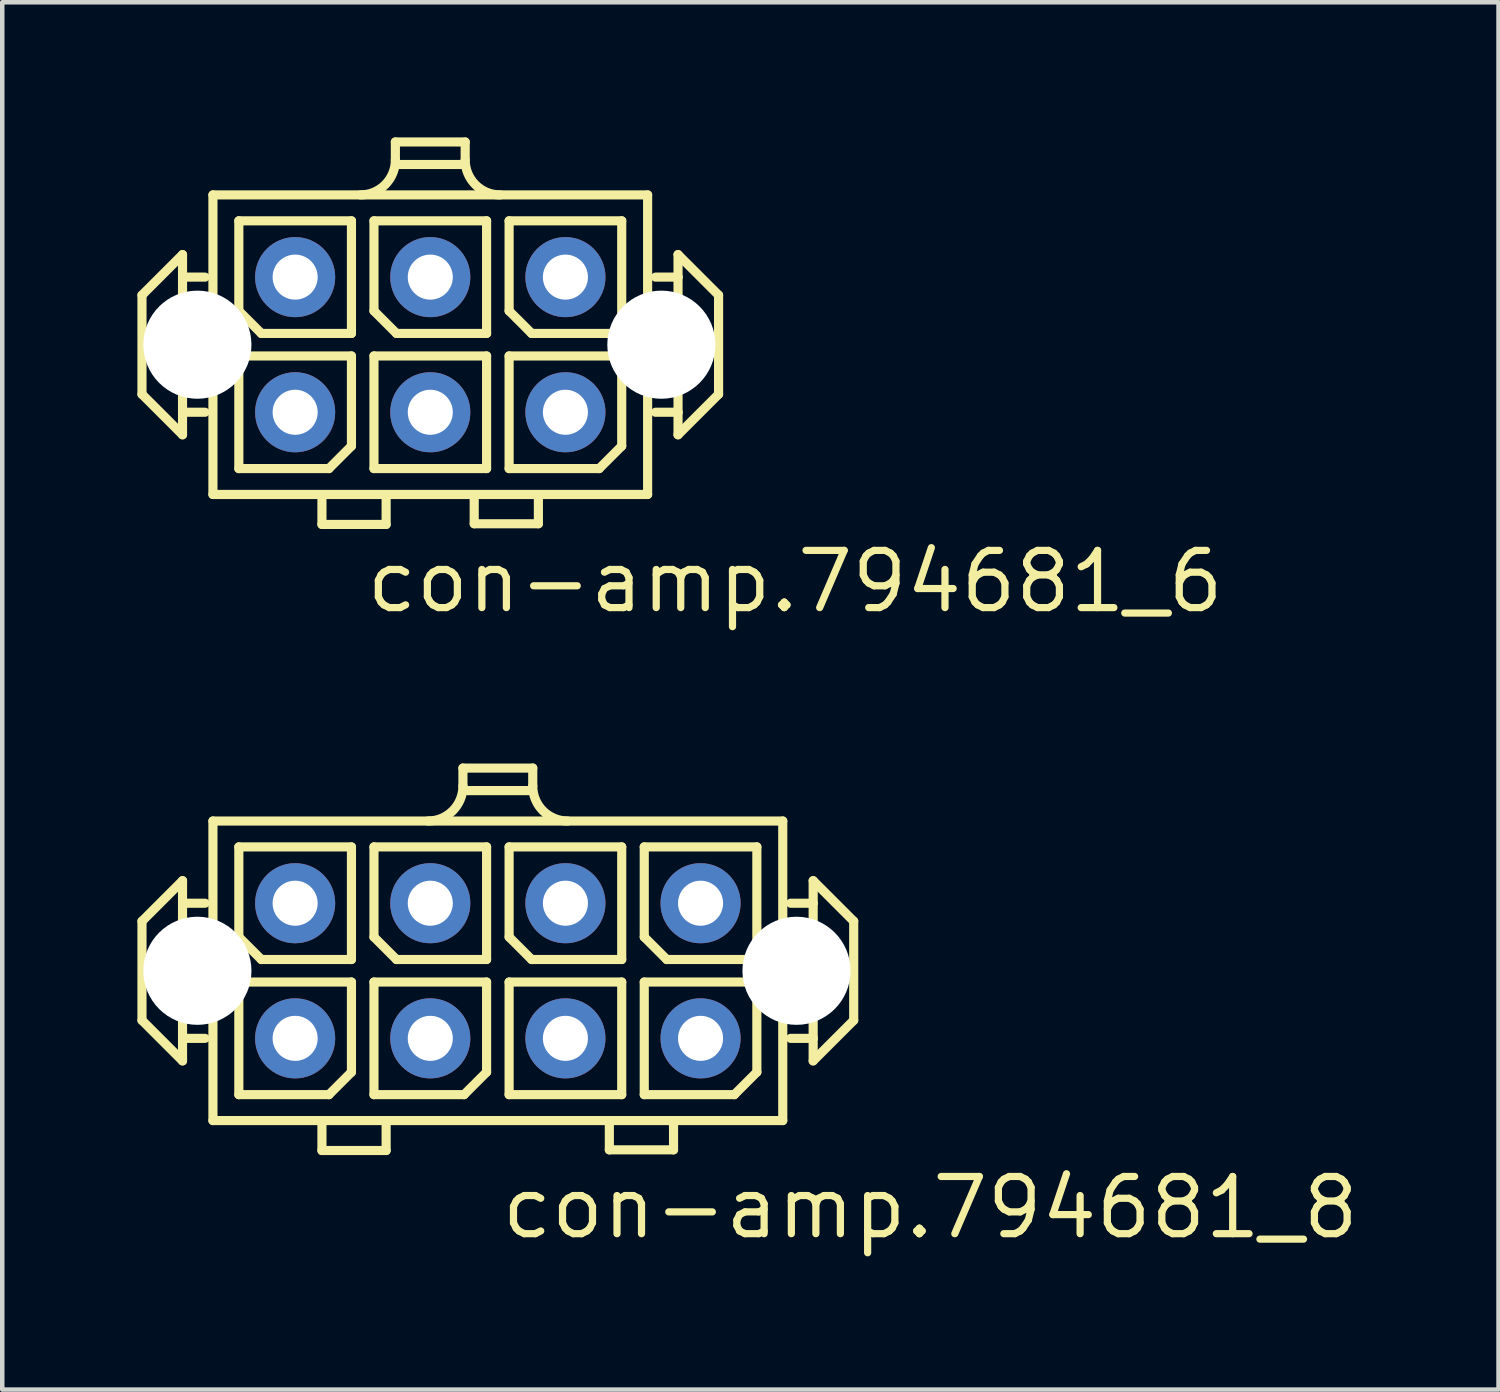
<source format=kicad_pcb>
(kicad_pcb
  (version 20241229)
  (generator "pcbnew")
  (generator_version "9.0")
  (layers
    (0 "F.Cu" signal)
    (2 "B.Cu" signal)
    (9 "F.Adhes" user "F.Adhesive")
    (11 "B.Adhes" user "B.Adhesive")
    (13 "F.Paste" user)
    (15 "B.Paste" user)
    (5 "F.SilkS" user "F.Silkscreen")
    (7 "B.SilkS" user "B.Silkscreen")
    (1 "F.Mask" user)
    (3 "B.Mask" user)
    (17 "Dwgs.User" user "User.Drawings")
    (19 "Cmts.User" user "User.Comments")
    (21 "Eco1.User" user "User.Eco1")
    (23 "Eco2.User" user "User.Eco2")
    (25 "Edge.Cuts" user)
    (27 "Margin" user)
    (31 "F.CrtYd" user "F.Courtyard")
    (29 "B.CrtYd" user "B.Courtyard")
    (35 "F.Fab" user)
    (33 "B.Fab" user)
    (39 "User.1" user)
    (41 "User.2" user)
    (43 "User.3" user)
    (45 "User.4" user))
  (footprint "con-amp.794681_8"
    (layer "F.Cu")
    (at 8.002 18.501)
    (property "Reference" "con-amp.794681_8" (at 0 6 0) (layer "F.SilkS") (effects (font (size 1.27 1.27) (thickness 0.16)) (justify left bottom)))
    (attr through_hole)
    (fp_line (start -7.9 -1.1) (end -7 -2) (stroke (width 0.203) (type default)) (layer "F.SilkS"))
    (fp_line (start -7.9 1.1) (end -7.9 -1.1) (stroke (width 0.203) (type default)) (layer "F.SilkS"))
    (fp_line (start -7 -2) (end -7 -1.5) (stroke (width 0.203) (type default)) (layer "F.SilkS"))
    (fp_line (start -7 -1.5) (end -7 1.5) (stroke (width 0.203) (type default)) (layer "F.SilkS"))
    (fp_line (start -7 -1.5) (end -6.5 -1.5) (stroke (width 0.203) (type default)) (layer "F.SilkS"))
    (fp_line (start -7 1.5) (end -7 2) (stroke (width 0.203) (type default)) (layer "F.SilkS"))
    (fp_line (start -7 1.5) (end -6.5 1.5) (stroke (width 0.203) (type default)) (layer "F.SilkS"))
    (fp_line (start -7 2) (end -7.9 1.1) (stroke (width 0.203) (type default)) (layer "F.SilkS"))
    (fp_line (start -6.325 -3.325) (end 6.325 -3.325) (stroke (width 0.203) (type default)) (layer "F.SilkS"))
    (fp_line (start -6.325 3.325) (end -6.325 -3.325) (stroke (width 0.203) (type default)) (layer "F.SilkS"))
    (fp_line (start -5.75 -2.75) (end -5.75 -0.75) (stroke (width 0.203) (type default)) (layer "F.SilkS"))
    (fp_line (start -5.75 0.25) (end -5.75 2.75) (stroke (width 0.203) (type default)) (layer "F.SilkS"))
    (fp_line (start -5.75 0.25) (end -3.25 0.25) (stroke (width 0.203) (type default)) (layer "F.SilkS"))
    (fp_line (start -5.75 2.75) (end -3.75 2.75) (stroke (width 0.203) (type default)) (layer "F.SilkS"))
    (fp_line (start -5.25 -0.25) (end -5.75 -0.75) (stroke (width 0.203) (type default)) (layer "F.SilkS"))
    (fp_line (start -5.25 -0.25) (end -3.25 -0.25) (stroke (width 0.203) (type default)) (layer "F.SilkS"))
    (fp_line (start -3.905 3.99) (end -3.905 3.44) (stroke (width 0.203) (type default)) (layer "F.SilkS"))
    (fp_line (start -3.75 2.75) (end -3.25 2.25) (stroke (width 0.203) (type default)) (layer "F.SilkS"))
    (fp_line (start -3.25 -2.75) (end -5.75 -2.75) (stroke (width 0.203) (type default)) (layer "F.SilkS"))
    (fp_line (start -3.25 -2.75) (end -3.25 -0.25) (stroke (width 0.203) (type default)) (layer "F.SilkS"))
    (fp_line (start -3.25 0.25) (end -3.25 2.25) (stroke (width 0.203) (type default)) (layer "F.SilkS"))
    (fp_line (start -2.75 -2.75) (end -2.75 -0.75) (stroke (width 0.203) (type default)) (layer "F.SilkS"))
    (fp_line (start -2.75 0.25) (end -2.75 2.75) (stroke (width 0.203) (type default)) (layer "F.SilkS"))
    (fp_line (start -2.75 0.25) (end -0.25 0.25) (stroke (width 0.203) (type default)) (layer "F.SilkS"))
    (fp_line (start -2.75 2.75) (end -0.75 2.75) (stroke (width 0.203) (type default)) (layer "F.SilkS"))
    (fp_line (start -2.48 3.99) (end -3.905 3.99) (stroke (width 0.203) (type default)) (layer "F.SilkS"))
    (fp_line (start -2.48 3.99) (end -2.48 3.44) (stroke (width 0.203) (type default)) (layer "F.SilkS"))
    (fp_line (start -2.25 -0.25) (end -2.75 -0.75) (stroke (width 0.203) (type default)) (layer "F.SilkS"))
    (fp_line (start -2.25 -0.25) (end -0.25 -0.25) (stroke (width 0.203) (type default)) (layer "F.SilkS"))
    (fp_line (start -0.775 -4.5) (end 0.775 -4.5) (stroke (width 0.203) (type default)) (layer "F.SilkS"))
    (fp_line (start -0.775 -4.1) (end -0.775 -4.5) (stroke (width 0.203) (type default)) (layer "F.SilkS"))
    (fp_line (start -0.75 2.75) (end -0.25 2.25) (stroke (width 0.203) (type default)) (layer "F.SilkS"))
    (fp_line (start -0.25 -2.75) (end -2.75 -2.75) (stroke (width 0.203) (type default)) (layer "F.SilkS"))
    (fp_line (start -0.25 -2.75) (end -0.25 -0.25) (stroke (width 0.203) (type default)) (layer "F.SilkS"))
    (fp_line (start -0.25 0.25) (end -0.25 2.25) (stroke (width 0.203) (type default)) (layer "F.SilkS"))
    (fp_line (start 0.25 -2.75) (end 0.25 -0.75) (stroke (width 0.203) (type default)) (layer "F.SilkS"))
    (fp_line (start 0.25 0.25) (end 0.25 2.75) (stroke (width 0.203) (type default)) (layer "F.SilkS"))
    (fp_line (start 0.25 0.25) (end 2.75 0.25) (stroke (width 0.203) (type default)) (layer "F.SilkS"))
    (fp_line (start 0.25 2.75) (end 2.75 2.75) (stroke (width 0.203) (type default)) (layer "F.SilkS"))
    (fp_line (start 0.75 -4) (end -0.75 -4) (stroke (width 0.203) (type default)) (layer "F.SilkS"))
    (fp_line (start 0.75 -0.25) (end 0.25 -0.75) (stroke (width 0.203) (type default)) (layer "F.SilkS"))
    (fp_line (start 0.75 -0.25) (end 2.75 -0.25) (stroke (width 0.203) (type default)) (layer "F.SilkS"))
    (fp_line (start 0.775 -4.1) (end 0.775 -4.5) (stroke (width 0.203) (type default)) (layer "F.SilkS"))
    (fp_line (start 2.475 3.975) (end 2.475 3.425) (stroke (width 0.203) (type default)) (layer "F.SilkS"))
    (fp_line (start 2.75 -2.75) (end 0.25 -2.75) (stroke (width 0.203) (type default)) (layer "F.SilkS"))
    (fp_line (start 2.75 -2.75) (end 2.75 -0.25) (stroke (width 0.203) (type default)) (layer "F.SilkS"))
    (fp_line (start 2.75 0.25) (end 2.75 2.75) (stroke (width 0.203) (type default)) (layer "F.SilkS"))
    (fp_line (start 3.25 -2.75) (end 3.25 -0.75) (stroke (width 0.203) (type default)) (layer "F.SilkS"))
    (fp_line (start 3.25 0.25) (end 3.25 2.75) (stroke (width 0.203) (type default)) (layer "F.SilkS"))
    (fp_line (start 3.25 0.25) (end 5.75 0.25) (stroke (width 0.203) (type default)) (layer "F.SilkS"))
    (fp_line (start 3.25 2.75) (end 5.25 2.75) (stroke (width 0.203) (type default)) (layer "F.SilkS"))
    (fp_line (start 3.75 -0.25) (end 3.25 -0.75) (stroke (width 0.203) (type default)) (layer "F.SilkS"))
    (fp_line (start 3.75 -0.25) (end 5.75 -0.25) (stroke (width 0.203) (type default)) (layer "F.SilkS"))
    (fp_line (start 3.9 3.975) (end 2.475 3.975) (stroke (width 0.203) (type default)) (layer "F.SilkS"))
    (fp_line (start 3.9 3.975) (end 3.9 3.425) (stroke (width 0.203) (type default)) (layer "F.SilkS"))
    (fp_line (start 5.25 2.75) (end 5.75 2.25) (stroke (width 0.203) (type default)) (layer "F.SilkS"))
    (fp_line (start 5.75 -2.75) (end 3.25 -2.75) (stroke (width 0.203) (type default)) (layer "F.SilkS"))
    (fp_line (start 5.75 -0.25) (end 5.75 -2.75) (stroke (width 0.203) (type default)) (layer "F.SilkS"))
    (fp_line (start 5.75 2.25) (end 5.75 0.25) (stroke (width 0.203) (type default)) (layer "F.SilkS"))
    (fp_line (start 6.325 -3.325) (end 6.325 3.325) (stroke (width 0.203) (type default)) (layer "F.SilkS"))
    (fp_line (start 6.325 3.325) (end -6.325 3.325) (stroke (width 0.203) (type default)) (layer "F.SilkS"))
    (fp_line (start 7 -2) (end 7 -1.5) (stroke (width 0.203) (type default)) (layer "F.SilkS"))
    (fp_line (start 7 -2) (end 7.9 -1.1) (stroke (width 0.203) (type default)) (layer "F.SilkS"))
    (fp_line (start 7 -1.5) (end 6.5 -1.5) (stroke (width 0.203) (type default)) (layer "F.SilkS"))
    (fp_line (start 7 -1.5) (end 7 1.5) (stroke (width 0.203) (type default)) (layer "F.SilkS"))
    (fp_line (start 7 1.5) (end 6.5 1.5) (stroke (width 0.203) (type default)) (layer "F.SilkS"))
    (fp_line (start 7 1.5) (end 7 2) (stroke (width 0.203) (type default)) (layer "F.SilkS"))
    (fp_line (start 7.9 -1.1) (end 7.9 1.1) (stroke (width 0.203) (type default)) (layer "F.SilkS"))
    (fp_line (start 7.9 1.1) (end 7 2) (stroke (width 0.203) (type default)) (layer "F.SilkS"))
    (fp_arc (start -0.775 -4.1) (mid -1.001992 -3.551992) (end -1.55 -3.325) (stroke (width 0.2032) (type default)) (layer "F.SilkS"))
    (fp_arc (start 1.55 -3.325) (mid 1.001992 -3.551992) (end 0.775 -4.1) (stroke (width 0.2032) (type default)) (layer "F.SilkS"))
    (pad "" np_thru_hole circle (at -6.67 0) (size 2.4 2.4) (drill 2.4) (layers "*.Cu" "*.Mask"))
    (pad "" np_thru_hole circle (at 6.63 0) (size 2.4 2.4) (drill 2.4) (layers "*.Cu" "*.Mask"))
    (pad "1" thru_hole circle (at 4.5 1.5) (size 1.778 1.778) (drill 1) (layers "*.Cu" "*.Mask"))
    (pad "2" thru_hole circle (at 4.5 -1.5) (size 1.778 1.778) (drill 1) (layers "*.Cu" "*.Mask"))
    (pad "3" thru_hole circle (at 1.5 1.5) (size 1.778 1.778) (drill 1) (layers "*.Cu" "*.Mask"))
    (pad "4" thru_hole circle (at 1.5 -1.5) (size 1.778 1.778) (drill 1) (layers "*.Cu" "*.Mask"))
    (pad "5" thru_hole circle (at -1.5 1.5) (size 1.778 1.778) (drill 1) (layers "*.Cu" "*.Mask"))
    (pad "6" thru_hole circle (at -1.5 -1.5) (size 1.778 1.778) (drill 1) (layers "*.Cu" "*.Mask"))
    (pad "7" thru_hole circle (at -4.5 1.5) (size 1.778 1.778) (drill 1) (layers "*.Cu" "*.Mask"))
    (pad "8" thru_hole circle (at -4.5 -1.5) (size 1.778 1.778) (drill 1) (layers "*.Cu" "*.Mask")))
  (footprint "con-amp.794681_6"
    (layer "F.Cu")
    (at 6.502 4.602)
    (property "Reference" "con-amp.794681_6" (at -1.5 6 0) (layer "F.SilkS") (effects (font (size 1.27 1.27) (thickness 0.16)) (justify left bottom)))
    (attr through_hole)
    (fp_line (start -6.4 -1.1) (end -5.5 -2) (stroke (width 0.203) (type default)) (layer "F.SilkS"))
    (fp_line (start -6.4 1.1) (end -6.4 -1.1) (stroke (width 0.203) (type default)) (layer "F.SilkS"))
    (fp_line (start -5.5 -2) (end -5.5 -1.5) (stroke (width 0.203) (type default)) (layer "F.SilkS"))
    (fp_line (start -5.5 -1.5) (end -5.5 1.5) (stroke (width 0.203) (type default)) (layer "F.SilkS"))
    (fp_line (start -5.5 -1.5) (end -5 -1.5) (stroke (width 0.203) (type default)) (layer "F.SilkS"))
    (fp_line (start -5.5 1.5) (end -5.5 2) (stroke (width 0.203) (type default)) (layer "F.SilkS"))
    (fp_line (start -5.5 1.5) (end -5 1.5) (stroke (width 0.203) (type default)) (layer "F.SilkS"))
    (fp_line (start -5.5 2) (end -6.4 1.1) (stroke (width 0.203) (type default)) (layer "F.SilkS"))
    (fp_line (start -4.825 -3.325) (end 4.825 -3.325) (stroke (width 0.203) (type default)) (layer "F.SilkS"))
    (fp_line (start -4.825 3.325) (end -4.825 -3.325) (stroke (width 0.203) (type default)) (layer "F.SilkS"))
    (fp_line (start -4.25 -2.75) (end -4.25 -0.75) (stroke (width 0.203) (type default)) (layer "F.SilkS"))
    (fp_line (start -4.25 0.25) (end -4.25 2.75) (stroke (width 0.203) (type default)) (layer "F.SilkS"))
    (fp_line (start -4.25 0.25) (end -1.75 0.25) (stroke (width 0.203) (type default)) (layer "F.SilkS"))
    (fp_line (start -4.25 2.75) (end -2.25 2.75) (stroke (width 0.203) (type default)) (layer "F.SilkS"))
    (fp_line (start -3.75 -0.25) (end -4.25 -0.75) (stroke (width 0.203) (type default)) (layer "F.SilkS"))
    (fp_line (start -3.75 -0.25) (end -1.75 -0.25) (stroke (width 0.203) (type default)) (layer "F.SilkS"))
    (fp_line (start -2.405 3.99) (end -2.405 3.44) (stroke (width 0.203) (type default)) (layer "F.SilkS"))
    (fp_line (start -2.25 2.75) (end -1.75 2.25) (stroke (width 0.203) (type default)) (layer "F.SilkS"))
    (fp_line (start -1.75 -2.75) (end -4.25 -2.75) (stroke (width 0.203) (type default)) (layer "F.SilkS"))
    (fp_line (start -1.75 -2.75) (end -1.75 -0.25) (stroke (width 0.203) (type default)) (layer "F.SilkS"))
    (fp_line (start -1.75 0.25) (end -1.75 2.25) (stroke (width 0.203) (type default)) (layer "F.SilkS"))
    (fp_line (start -1.25 -2.75) (end -1.25 -0.75) (stroke (width 0.203) (type default)) (layer "F.SilkS"))
    (fp_line (start -1.25 0.25) (end -1.25 2.75) (stroke (width 0.203) (type default)) (layer "F.SilkS"))
    (fp_line (start -1.25 0.25) (end 1.25 0.25) (stroke (width 0.203) (type default)) (layer "F.SilkS"))
    (fp_line (start -1.25 2.75) (end 1.25 2.75) (stroke (width 0.203) (type default)) (layer "F.SilkS"))
    (fp_line (start -0.98 3.99) (end -2.405 3.99) (stroke (width 0.203) (type default)) (layer "F.SilkS"))
    (fp_line (start -0.98 3.99) (end -0.98 3.44) (stroke (width 0.203) (type default)) (layer "F.SilkS"))
    (fp_line (start -0.775 -4.5) (end 0.775 -4.5) (stroke (width 0.203) (type default)) (layer "F.SilkS"))
    (fp_line (start -0.775 -4.1) (end -0.775 -4.5) (stroke (width 0.203) (type default)) (layer "F.SilkS"))
    (fp_line (start -0.75 -0.25) (end -1.25 -0.75) (stroke (width 0.203) (type default)) (layer "F.SilkS"))
    (fp_line (start -0.75 -0.25) (end 1.25 -0.25) (stroke (width 0.203) (type default)) (layer "F.SilkS"))
    (fp_line (start 0.75 -4) (end -0.75 -4) (stroke (width 0.203) (type default)) (layer "F.SilkS"))
    (fp_line (start 0.775 -4.1) (end 0.775 -4.5) (stroke (width 0.203) (type default)) (layer "F.SilkS"))
    (fp_line (start 0.975 3.975) (end 0.975 3.425) (stroke (width 0.203) (type default)) (layer "F.SilkS"))
    (fp_line (start 1.25 -2.75) (end -1.25 -2.75) (stroke (width 0.203) (type default)) (layer "F.SilkS"))
    (fp_line (start 1.25 -2.75) (end 1.25 -0.25) (stroke (width 0.203) (type default)) (layer "F.SilkS"))
    (fp_line (start 1.25 0.25) (end 1.25 2.75) (stroke (width 0.203) (type default)) (layer "F.SilkS"))
    (fp_line (start 1.75 -2.75) (end 1.75 -0.75) (stroke (width 0.203) (type default)) (layer "F.SilkS"))
    (fp_line (start 1.75 0.25) (end 1.75 2.75) (stroke (width 0.203) (type default)) (layer "F.SilkS"))
    (fp_line (start 1.75 0.25) (end 4.25 0.25) (stroke (width 0.203) (type default)) (layer "F.SilkS"))
    (fp_line (start 1.75 2.75) (end 3.75 2.75) (stroke (width 0.203) (type default)) (layer "F.SilkS"))
    (fp_line (start 2.25 -0.25) (end 1.75 -0.75) (stroke (width 0.203) (type default)) (layer "F.SilkS"))
    (fp_line (start 2.25 -0.25) (end 4.25 -0.25) (stroke (width 0.203) (type default)) (layer "F.SilkS"))
    (fp_line (start 2.4 3.975) (end 0.975 3.975) (stroke (width 0.203) (type default)) (layer "F.SilkS"))
    (fp_line (start 2.4 3.975) (end 2.4 3.425) (stroke (width 0.203) (type default)) (layer "F.SilkS"))
    (fp_line (start 3.75 2.75) (end 4.25 2.25) (stroke (width 0.203) (type default)) (layer "F.SilkS"))
    (fp_line (start 4.25 -2.75) (end 1.75 -2.75) (stroke (width 0.203) (type default)) (layer "F.SilkS"))
    (fp_line (start 4.25 -0.25) (end 4.25 -2.75) (stroke (width 0.203) (type default)) (layer "F.SilkS"))
    (fp_line (start 4.25 2.25) (end 4.25 0.25) (stroke (width 0.203) (type default)) (layer "F.SilkS"))
    (fp_line (start 4.825 -3.325) (end 4.825 3.325) (stroke (width 0.203) (type default)) (layer "F.SilkS"))
    (fp_line (start 4.825 3.325) (end -4.825 3.325) (stroke (width 0.203) (type default)) (layer "F.SilkS"))
    (fp_line (start 5.5 -2) (end 5.5 -1.5) (stroke (width 0.203) (type default)) (layer "F.SilkS"))
    (fp_line (start 5.5 -2) (end 6.4 -1.1) (stroke (width 0.203) (type default)) (layer "F.SilkS"))
    (fp_line (start 5.5 -1.5) (end 5 -1.5) (stroke (width 0.203) (type default)) (layer "F.SilkS"))
    (fp_line (start 5.5 -1.5) (end 5.5 1.5) (stroke (width 0.203) (type default)) (layer "F.SilkS"))
    (fp_line (start 5.5 1.5) (end 5 1.5) (stroke (width 0.203) (type default)) (layer "F.SilkS"))
    (fp_line (start 5.5 1.5) (end 5.5 2) (stroke (width 0.203) (type default)) (layer "F.SilkS"))
    (fp_line (start 6.4 -1.1) (end 6.4 1.1) (stroke (width 0.203) (type default)) (layer "F.SilkS"))
    (fp_line (start 6.4 1.1) (end 5.5 2) (stroke (width 0.203) (type default)) (layer "F.SilkS"))
    (fp_arc (start -0.775 -4.1) (mid -1.001992 -3.551992) (end -1.55 -3.325) (stroke (width 0.2032) (type default)) (layer "F.SilkS"))
    (fp_arc (start 1.55 -3.325) (mid 1.001992 -3.551992) (end 0.775 -4.1) (stroke (width 0.2032) (type default)) (layer "F.SilkS"))
    (pad "" np_thru_hole circle (at -5.17 0) (size 2.4 2.4) (drill 2.4) (layers "*.Cu" "*.Mask"))
    (pad "" np_thru_hole circle (at 5.13 0) (size 2.4 2.4) (drill 2.4) (layers "*.Cu" "*.Mask"))
    (pad "1" thru_hole circle (at 3 1.5) (size 1.778 1.778) (drill 1) (layers "*.Cu" "*.Mask"))
    (pad "2" thru_hole circle (at 3 -1.5) (size 1.778 1.778) (drill 1) (layers "*.Cu" "*.Mask"))
    (pad "3" thru_hole circle (at 0 1.5) (size 1.778 1.778) (drill 1) (layers "*.Cu" "*.Mask"))
    (pad "4" thru_hole circle (at 0 -1.5) (size 1.778 1.778) (drill 1) (layers "*.Cu" "*.Mask"))
    (pad "5" thru_hole circle (at -3 1.5) (size 1.778 1.778) (drill 1) (layers "*.Cu" "*.Mask"))
    (pad "6" thru_hole circle (at -3 -1.5) (size 1.778 1.778) (drill 1) (layers "*.Cu" "*.Mask")))
  (gr_rect
    (start -3 -3)
    (end 30.217 27.798)
    (stroke (width 0.1) (type default))
    (fill no)
    (layer "Edge.Cuts")))
</source>
